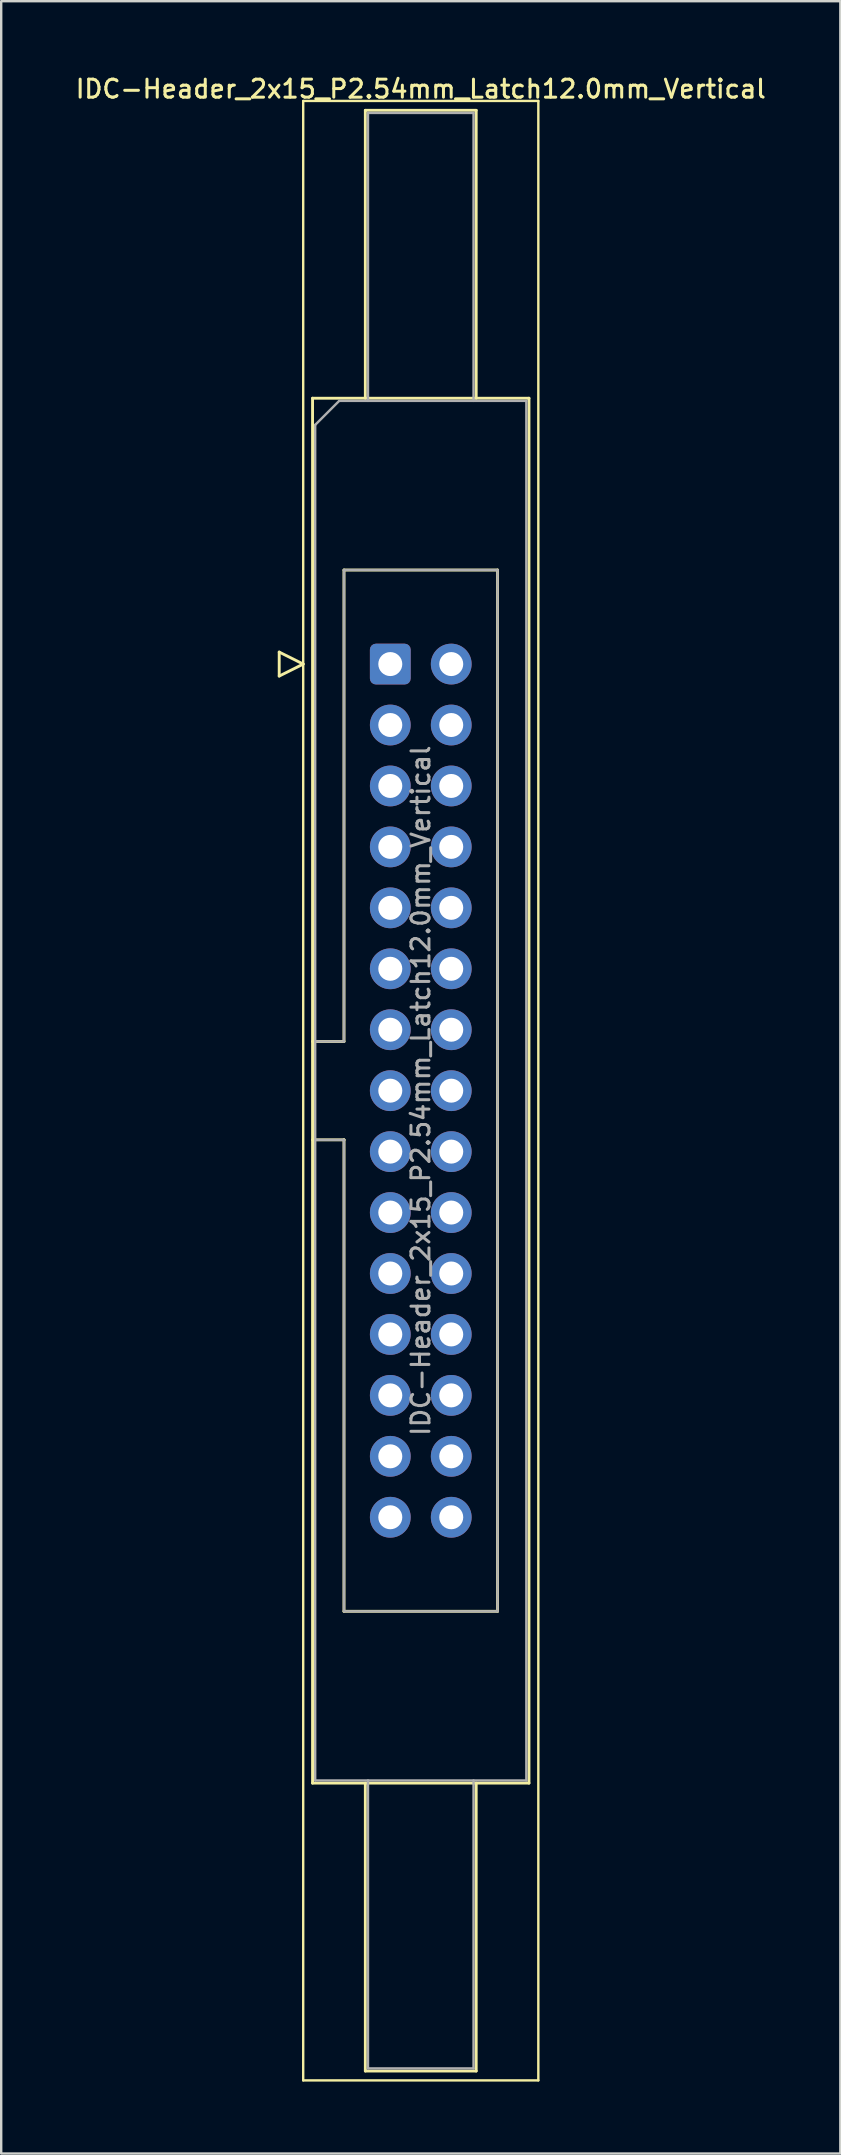
<source format=kicad_pcb>
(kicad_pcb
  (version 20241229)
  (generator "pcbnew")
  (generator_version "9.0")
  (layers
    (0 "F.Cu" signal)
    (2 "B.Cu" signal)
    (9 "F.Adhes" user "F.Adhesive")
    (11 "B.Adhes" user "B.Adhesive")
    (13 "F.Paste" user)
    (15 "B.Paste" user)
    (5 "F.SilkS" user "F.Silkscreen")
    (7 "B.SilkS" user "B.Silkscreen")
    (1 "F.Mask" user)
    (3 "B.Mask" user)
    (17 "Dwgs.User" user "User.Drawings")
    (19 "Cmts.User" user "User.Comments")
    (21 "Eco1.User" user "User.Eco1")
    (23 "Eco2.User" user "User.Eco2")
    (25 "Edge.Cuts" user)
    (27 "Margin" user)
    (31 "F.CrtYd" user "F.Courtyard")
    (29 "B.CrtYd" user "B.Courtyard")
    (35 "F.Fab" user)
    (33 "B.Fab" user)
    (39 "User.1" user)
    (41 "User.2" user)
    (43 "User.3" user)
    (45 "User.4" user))
  (footprint "IDC-Header_2x15_P2.54mm_Latch12.0mm_Vertical"
    (layer "F.Cu")
    (at 13.217 24.628)
    (property "Reference" "IDC-Header_2x15_P2.54mm_Latch12.0mm_Vertical" (at 1.27 -23.97 0) (layer "F.SilkS") (effects (font (size 0.75 0.75) (thickness 0.125))))
    (attr through_hole)
    (fp_line (start -4.63 -0.5) (end -4.63 0.5) (stroke (width 0.12) (type solid)) (layer "F.SilkS"))
    (fp_line (start -4.63 0.5) (end -3.63 0) (stroke (width 0.12) (type solid)) (layer "F.SilkS"))
    (fp_line (start -3.63 -23.47) (end -3.63 59.03) (stroke (width 0.1) (type solid)) (layer "F.SilkS"))
    (fp_line (start -3.63 0) (end -4.63 -0.5) (stroke (width 0.12) (type solid)) (layer "F.SilkS"))
    (fp_line (start -3.63 59.03) (end 6.17 59.03) (stroke (width 0.1) (type solid)) (layer "F.SilkS"))
    (fp_line (start -3.24 -11.08) (end 5.78 -11.08) (stroke (width 0.12) (type solid)) (layer "F.SilkS"))
    (fp_line (start -3.24 15.73) (end -1.93 15.73) (stroke (width 0.12) (type solid)) (layer "F.SilkS"))
    (fp_line (start -3.24 46.64) (end -3.24 -11.08) (stroke (width 0.12) (type solid)) (layer "F.SilkS"))
    (fp_line (start -1.93 -3.92) (end 4.47 -3.92) (stroke (width 0.12) (type solid)) (layer "F.SilkS"))
    (fp_line (start -1.93 15.73) (end -1.93 -3.92) (stroke (width 0.12) (type solid)) (layer "F.SilkS"))
    (fp_line (start -1.93 19.83) (end -3.24 19.83) (stroke (width 0.12) (type solid)) (layer "F.SilkS"))
    (fp_line (start -1.93 19.83) (end -1.93 19.83) (stroke (width 0.12) (type solid)) (layer "F.SilkS"))
    (fp_line (start -1.93 39.48) (end -1.93 19.83) (stroke (width 0.12) (type solid)) (layer "F.SilkS"))
    (fp_line (start -1.04 -23.08) (end 3.58 -23.08) (stroke (width 0.12) (type solid)) (layer "F.SilkS"))
    (fp_line (start -1.04 -11.08) (end -1.04 -23.08) (stroke (width 0.12) (type solid)) (layer "F.SilkS"))
    (fp_line (start -1.04 46.64) (end -1.04 58.64) (stroke (width 0.12) (type solid)) (layer "F.SilkS"))
    (fp_line (start -1.04 58.64) (end 3.58 58.64) (stroke (width 0.12) (type solid)) (layer "F.SilkS"))
    (fp_line (start 3.58 -23.08) (end 3.58 -11.08) (stroke (width 0.12) (type solid)) (layer "F.SilkS"))
    (fp_line (start 3.58 58.64) (end 3.58 46.64) (stroke (width 0.12) (type solid)) (layer "F.SilkS"))
    (fp_line (start 4.47 -3.92) (end 4.47 39.48) (stroke (width 0.12) (type solid)) (layer "F.SilkS"))
    (fp_line (start 4.47 39.48) (end -1.93 39.48) (stroke (width 0.12) (type solid)) (layer "F.SilkS"))
    (fp_line (start 5.78 -11.08) (end 5.78 46.64) (stroke (width 0.12) (type solid)) (layer "F.SilkS"))
    (fp_line (start 5.78 46.64) (end -3.24 46.64) (stroke (width 0.12) (type solid)) (layer "F.SilkS"))
    (fp_line (start 6.17 -23.47) (end -3.63 -23.47) (stroke (width 0.1) (type solid)) (layer "F.SilkS"))
    (fp_line (start 6.17 59.03) (end 6.17 -23.47) (stroke (width 0.1) (type solid)) (layer "F.SilkS"))
    (fp_line (start -3.13 -9.97) (end -2.13 -10.97) (stroke (width 0.1) (type solid)) (layer "F.Fab"))
    (fp_line (start -3.13 15.73) (end -1.93 15.73) (stroke (width 0.1) (type solid)) (layer "F.Fab"))
    (fp_line (start -3.13 46.53) (end -3.13 -9.97) (stroke (width 0.1) (type solid)) (layer "F.Fab"))
    (fp_line (start -2.13 -10.97) (end 5.67 -10.97) (stroke (width 0.1) (type solid)) (layer "F.Fab"))
    (fp_line (start -1.93 -3.92) (end 4.47 -3.92) (stroke (width 0.1) (type solid)) (layer "F.Fab"))
    (fp_line (start -1.93 15.73) (end -1.93 -3.92) (stroke (width 0.1) (type solid)) (layer "F.Fab"))
    (fp_line (start -1.93 19.83) (end -3.13 19.83) (stroke (width 0.1) (type solid)) (layer "F.Fab"))
    (fp_line (start -1.93 19.83) (end -1.93 19.83) (stroke (width 0.1) (type solid)) (layer "F.Fab"))
    (fp_line (start -1.93 39.48) (end -1.93 19.83) (stroke (width 0.1) (type solid)) (layer "F.Fab"))
    (fp_line (start -0.93 -22.97) (end 3.47 -22.97) (stroke (width 0.1) (type solid)) (layer "F.Fab"))
    (fp_line (start -0.93 -10.97) (end -0.93 -22.97) (stroke (width 0.1) (type solid)) (layer "F.Fab"))
    (fp_line (start -0.93 46.53) (end -0.93 58.53) (stroke (width 0.1) (type solid)) (layer "F.Fab"))
    (fp_line (start -0.93 58.53) (end 3.47 58.53) (stroke (width 0.1) (type solid)) (layer "F.Fab"))
    (fp_line (start 3.47 -22.97) (end 3.47 -10.97) (stroke (width 0.1) (type solid)) (layer "F.Fab"))
    (fp_line (start 3.47 58.53) (end 3.47 46.53) (stroke (width 0.1) (type solid)) (layer "F.Fab"))
    (fp_line (start 4.47 -3.92) (end 4.47 39.48) (stroke (width 0.1) (type solid)) (layer "F.Fab"))
    (fp_line (start 4.47 39.48) (end -1.93 39.48) (stroke (width 0.1) (type solid)) (layer "F.Fab"))
    (fp_line (start 5.67 -10.97) (end 5.67 46.53) (stroke (width 0.1) (type solid)) (layer "F.Fab"))
    (fp_line (start 5.67 46.53) (end -3.13 46.53) (stroke (width 0.1) (type solid)) (layer "F.Fab"))
    (fp_text user "${REFERENCE}" (at 1.27 17.78 90) (layer "F.Fab") (effects (font (size 0.75 0.75) (thickness 0.125))))
    (pad "1" thru_hole roundrect (at 0 0) (size 1.7 1.7) (drill 1) (layers "*.Cu" "*.Mask") (roundrect_rratio 0.147))
    (pad "2" thru_hole circle (at 2.54 0) (size 1.7 1.7) (drill 1) (layers "*.Cu" "*.Mask"))
    (pad "3" thru_hole circle (at 0 2.54) (size 1.7 1.7) (drill 1) (layers "*.Cu" "*.Mask"))
    (pad "4" thru_hole circle (at 2.54 2.54) (size 1.7 1.7) (drill 1) (layers "*.Cu" "*.Mask"))
    (pad "5" thru_hole circle (at 0 5.08) (size 1.7 1.7) (drill 1) (layers "*.Cu" "*.Mask"))
    (pad "6" thru_hole circle (at 2.54 5.08) (size 1.7 1.7) (drill 1) (layers "*.Cu" "*.Mask"))
    (pad "7" thru_hole circle (at 0 7.62) (size 1.7 1.7) (drill 1) (layers "*.Cu" "*.Mask"))
    (pad "8" thru_hole circle (at 2.54 7.62) (size 1.7 1.7) (drill 1) (layers "*.Cu" "*.Mask"))
    (pad "9" thru_hole circle (at 0 10.16) (size 1.7 1.7) (drill 1) (layers "*.Cu" "*.Mask"))
    (pad "10" thru_hole circle (at 2.54 10.16) (size 1.7 1.7) (drill 1) (layers "*.Cu" "*.Mask"))
    (pad "11" thru_hole circle (at 0 12.7) (size 1.7 1.7) (drill 1) (layers "*.Cu" "*.Mask"))
    (pad "12" thru_hole circle (at 2.54 12.7) (size 1.7 1.7) (drill 1) (layers "*.Cu" "*.Mask"))
    (pad "13" thru_hole circle (at 0 15.24) (size 1.7 1.7) (drill 1) (layers "*.Cu" "*.Mask"))
    (pad "14" thru_hole circle (at 2.54 15.24) (size 1.7 1.7) (drill 1) (layers "*.Cu" "*.Mask"))
    (pad "15" thru_hole circle (at 0 17.78) (size 1.7 1.7) (drill 1) (layers "*.Cu" "*.Mask"))
    (pad "16" thru_hole circle (at 2.54 17.78) (size 1.7 1.7) (drill 1) (layers "*.Cu" "*.Mask"))
    (pad "17" thru_hole circle (at 0 20.32) (size 1.7 1.7) (drill 1) (layers "*.Cu" "*.Mask"))
    (pad "18" thru_hole circle (at 2.54 20.32) (size 1.7 1.7) (drill 1) (layers "*.Cu" "*.Mask"))
    (pad "19" thru_hole circle (at 0 22.86) (size 1.7 1.7) (drill 1) (layers "*.Cu" "*.Mask"))
    (pad "20" thru_hole circle (at 2.54 22.86) (size 1.7 1.7) (drill 1) (layers "*.Cu" "*.Mask"))
    (pad "21" thru_hole circle (at 0 25.4) (size 1.7 1.7) (drill 1) (layers "*.Cu" "*.Mask"))
    (pad "22" thru_hole circle (at 2.54 25.4) (size 1.7 1.7) (drill 1) (layers "*.Cu" "*.Mask"))
    (pad "23" thru_hole circle (at 0 27.94) (size 1.7 1.7) (drill 1) (layers "*.Cu" "*.Mask"))
    (pad "24" thru_hole circle (at 2.54 27.94) (size 1.7 1.7) (drill 1) (layers "*.Cu" "*.Mask"))
    (pad "25" thru_hole circle (at 0 30.48) (size 1.7 1.7) (drill 1) (layers "*.Cu" "*.Mask"))
    (pad "26" thru_hole circle (at 2.54 30.48) (size 1.7 1.7) (drill 1) (layers "*.Cu" "*.Mask"))
    (pad "27" thru_hole circle (at 0 33.02) (size 1.7 1.7) (drill 1) (layers "*.Cu" "*.Mask"))
    (pad "28" thru_hole circle (at 2.54 33.02) (size 1.7 1.7) (drill 1) (layers "*.Cu" "*.Mask"))
    (pad "29" thru_hole circle (at 0 35.56) (size 1.7 1.7) (drill 1) (layers "*.Cu" "*.Mask"))
    (pad "30" thru_hole circle (at 2.54 35.56) (size 1.7 1.7) (drill 1) (layers "*.Cu" "*.Mask")))
  (gr_rect
    (start -3 -3)
    (end 31.975 86.708)
    (stroke (width 0.1) (type default))
    (fill no)
    (layer "Edge.Cuts")))
</source>
